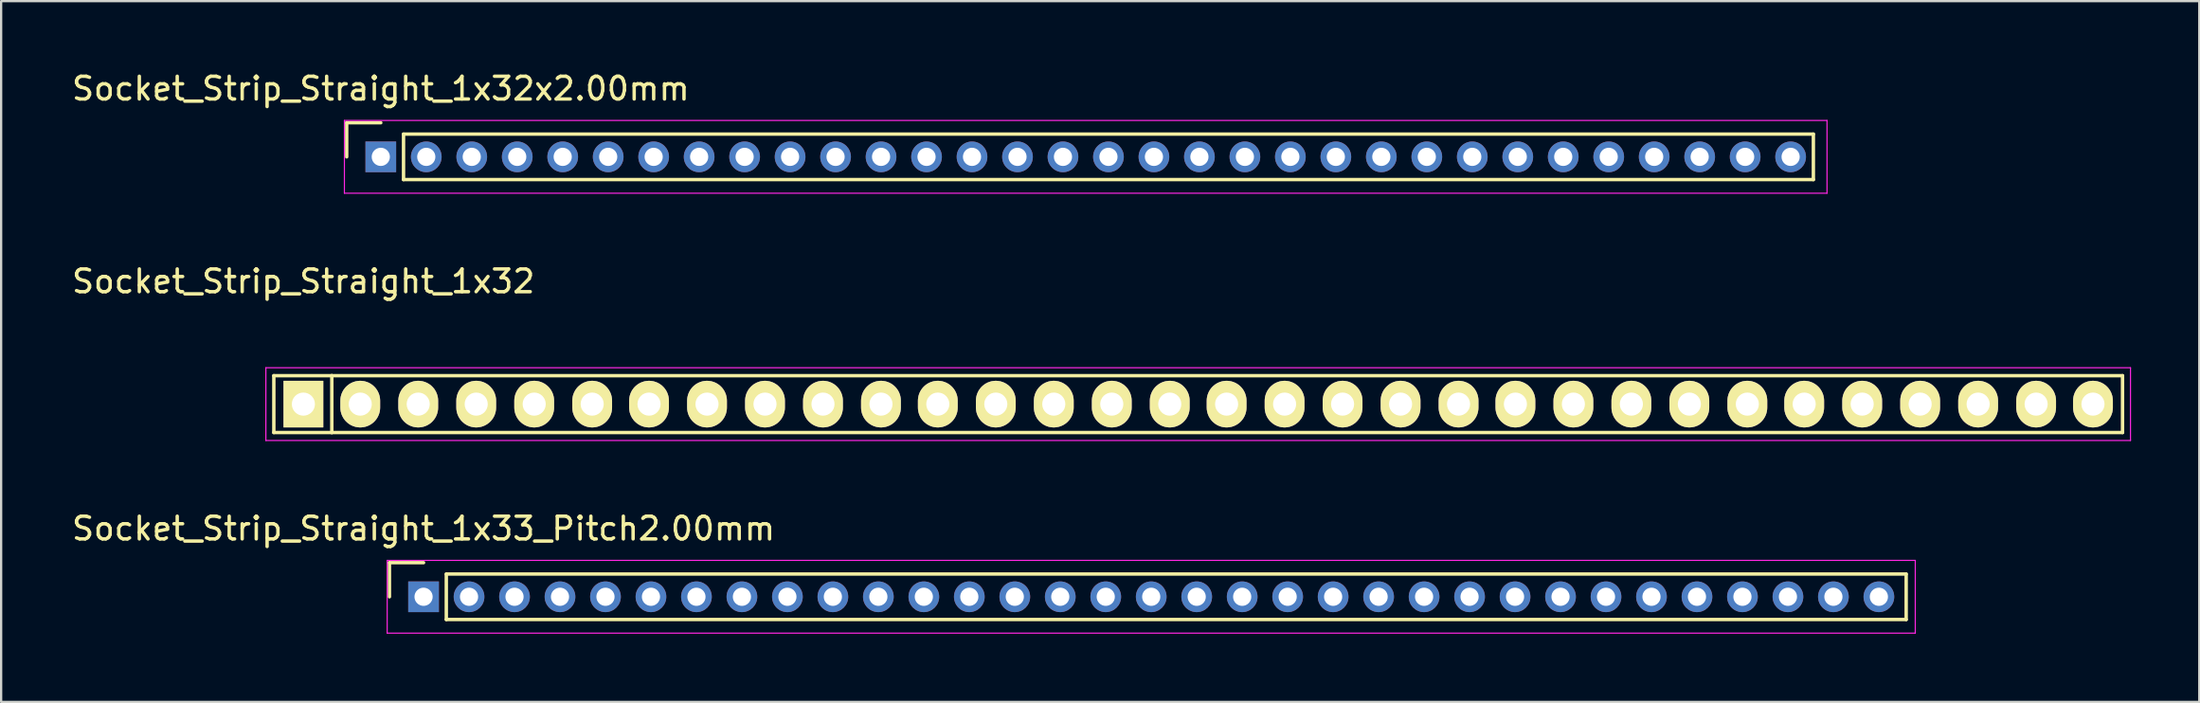
<source format=kicad_pcb>
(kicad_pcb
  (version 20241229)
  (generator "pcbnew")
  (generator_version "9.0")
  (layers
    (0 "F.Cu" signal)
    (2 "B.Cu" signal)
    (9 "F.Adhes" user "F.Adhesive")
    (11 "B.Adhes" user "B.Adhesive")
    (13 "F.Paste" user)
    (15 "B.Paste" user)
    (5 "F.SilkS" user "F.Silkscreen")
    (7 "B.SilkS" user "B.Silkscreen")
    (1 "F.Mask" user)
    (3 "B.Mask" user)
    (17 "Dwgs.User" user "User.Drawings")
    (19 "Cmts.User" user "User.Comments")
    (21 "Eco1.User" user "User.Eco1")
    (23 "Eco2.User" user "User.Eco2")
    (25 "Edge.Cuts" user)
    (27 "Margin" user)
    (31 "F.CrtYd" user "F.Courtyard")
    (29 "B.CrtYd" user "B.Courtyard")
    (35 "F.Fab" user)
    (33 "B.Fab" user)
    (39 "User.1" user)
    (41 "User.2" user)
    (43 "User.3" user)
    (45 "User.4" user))
  (footprint "Socket_Strip_Straight_1x32x2.00mm"
    (layer "F.Cu")
    (at 13.696 3.848)
    (property "Reference" "Socket_Strip_Straight_1x32x2.00mm" (at 0 -3 0) (layer "F.SilkS") (effects (font (size 1 1) (thickness 0.15))))
    (attr through_hole)
    (fp_line (start -1.5 -1.5) (end -1.5 0) (stroke (width 0.15) (type solid)) (layer "F.SilkS"))
    (fp_line (start 0 -1.5) (end -1.5 -1.5) (stroke (width 0.15) (type solid)) (layer "F.SilkS"))
    (fp_line (start 1 -1) (end 1 1) (stroke (width 0.15) (type solid)) (layer "F.SilkS"))
    (fp_line (start 1 1) (end 63 1) (stroke (width 0.15) (type solid)) (layer "F.SilkS"))
    (fp_line (start 63 -1) (end 1 -1) (stroke (width 0.15) (type solid)) (layer "F.SilkS"))
    (fp_line (start 63 1) (end 63 -1) (stroke (width 0.15) (type solid)) (layer "F.SilkS"))
    (fp_line (start -1.6 -1.6) (end -1.6 1.6) (stroke (width 0.05) (type solid)) (layer "F.CrtYd"))
    (fp_line (start -1.6 1.6) (end 63.6 1.6) (stroke (width 0.05) (type solid)) (layer "F.CrtYd"))
    (fp_line (start 63.6 -1.6) (end -1.6 -1.6) (stroke (width 0.05) (type solid)) (layer "F.CrtYd"))
    (fp_line (start 63.6 1.6) (end 63.6 -1.6) (stroke (width 0.05) (type solid)) (layer "F.CrtYd"))
    (pad "1" thru_hole rect (at 0 0) (size 1.35 1.35) (drill 0.8) (layers "*.Cu" "*.Mask"))
    (pad "2" thru_hole circle (at 2 0) (size 1.35 1.35) (drill 0.8) (layers "*.Cu" "*.Mask"))
    (pad "3" thru_hole circle (at 4 0) (size 1.35 1.35) (drill 0.8) (layers "*.Cu" "*.Mask"))
    (pad "4" thru_hole circle (at 6 0) (size 1.35 1.35) (drill 0.8) (layers "*.Cu" "*.Mask"))
    (pad "5" thru_hole circle (at 8 0) (size 1.35 1.35) (drill 0.8) (layers "*.Cu" "*.Mask"))
    (pad "6" thru_hole circle (at 10 0) (size 1.35 1.35) (drill 0.8) (layers "*.Cu" "*.Mask"))
    (pad "7" thru_hole circle (at 12 0) (size 1.35 1.35) (drill 0.8) (layers "*.Cu" "*.Mask"))
    (pad "8" thru_hole circle (at 14 0) (size 1.35 1.35) (drill 0.8) (layers "*.Cu" "*.Mask"))
    (pad "9" thru_hole circle (at 16 0) (size 1.35 1.35) (drill 0.8) (layers "*.Cu" "*.Mask"))
    (pad "10" thru_hole circle (at 18 0) (size 1.35 1.35) (drill 0.8) (layers "*.Cu" "*.Mask"))
    (pad "11" thru_hole circle (at 20 0) (size 1.35 1.35) (drill 0.8) (layers "*.Cu" "*.Mask"))
    (pad "12" thru_hole circle (at 22 0) (size 1.35 1.35) (drill 0.8) (layers "*.Cu" "*.Mask"))
    (pad "13" thru_hole circle (at 24 0) (size 1.35 1.35) (drill 0.8) (layers "*.Cu" "*.Mask"))
    (pad "14" thru_hole circle (at 26 0) (size 1.35 1.35) (drill 0.8) (layers "*.Cu" "*.Mask"))
    (pad "15" thru_hole circle (at 28 0) (size 1.35 1.35) (drill 0.8) (layers "*.Cu" "*.Mask"))
    (pad "16" thru_hole circle (at 30 0) (size 1.35 1.35) (drill 0.8) (layers "*.Cu" "*.Mask"))
    (pad "17" thru_hole circle (at 32 0) (size 1.35 1.35) (drill 0.8) (layers "*.Cu" "*.Mask"))
    (pad "18" thru_hole circle (at 34 0) (size 1.35 1.35) (drill 0.8) (layers "*.Cu" "*.Mask"))
    (pad "19" thru_hole circle (at 36 0) (size 1.35 1.35) (drill 0.8) (layers "*.Cu" "*.Mask"))
    (pad "20" thru_hole circle (at 38 0) (size 1.35 1.35) (drill 0.8) (layers "*.Cu" "*.Mask"))
    (pad "21" thru_hole circle (at 40 0) (size 1.35 1.35) (drill 0.8) (layers "*.Cu" "*.Mask"))
    (pad "22" thru_hole circle (at 42 0) (size 1.35 1.35) (drill 0.8) (layers "*.Cu" "*.Mask"))
    (pad "23" thru_hole circle (at 44 0) (size 1.35 1.35) (drill 0.8) (layers "*.Cu" "*.Mask"))
    (pad "24" thru_hole circle (at 46 0) (size 1.35 1.35) (drill 0.8) (layers "*.Cu" "*.Mask"))
    (pad "25" thru_hole circle (at 48 0) (size 1.35 1.35) (drill 0.8) (layers "*.Cu" "*.Mask"))
    (pad "26" thru_hole circle (at 50 0) (size 1.35 1.35) (drill 0.8) (layers "*.Cu" "*.Mask"))
    (pad "27" thru_hole circle (at 52 0) (size 1.35 1.35) (drill 0.8) (layers "*.Cu" "*.Mask"))
    (pad "28" thru_hole circle (at 54 0) (size 1.35 1.35) (drill 0.8) (layers "*.Cu" "*.Mask"))
    (pad "29" thru_hole circle (at 56 0) (size 1.35 1.35) (drill 0.8) (layers "*.Cu" "*.Mask"))
    (pad "30" thru_hole circle (at 58 0) (size 1.35 1.35) (drill 0.8) (layers "*.Cu" "*.Mask"))
    (pad "31" thru_hole circle (at 60 0) (size 1.35 1.35) (drill 0.8) (layers "*.Cu" "*.Mask"))
    (pad "32" thru_hole circle (at 62 0) (size 1.35 1.35) (drill 0.8) (layers "*.Cu" "*.Mask")))
  (footprint "Socket_Strip_Straight_1x32"
    (layer "F.Cu")
    (at 10.292 14.722)
    (property "Reference" "Socket_Strip_Straight_1x32" (at 0 -5.4 0) (layer "F.SilkS") (effects (font (size 1 1) (thickness 0.15))))
    (attr through_hole)
    (fp_line (start -1.3 -1.25) (end 1.25 -1.25) (stroke (width 0.15) (type solid)) (layer "F.SilkS"))
    (fp_line (start -1.3 1.25) (end -1.3 -1.25) (stroke (width 0.15) (type solid)) (layer "F.SilkS"))
    (fp_line (start -1.3 1.25) (end 1.25 1.25) (stroke (width 0.15) (type solid)) (layer "F.SilkS"))
    (fp_line (start 1.25 -1.25) (end 80 -1.25) (stroke (width 0.15) (type solid)) (layer "F.SilkS"))
    (fp_line (start 1.25 1.25) (end 1.25 -1.25) (stroke (width 0.15) (type solid)) (layer "F.SilkS"))
    (fp_line (start 80 -1.25) (end 80 1.25) (stroke (width 0.15) (type solid)) (layer "F.SilkS"))
    (fp_line (start 80 1.25) (end 1.25 1.25) (stroke (width 0.15) (type solid)) (layer "F.SilkS"))
    (fp_line (start -1.65 -1.6) (end -1.65 1.6) (stroke (width 0.05) (type solid)) (layer "F.CrtYd"))
    (fp_line (start -1.65 -1.6) (end 80.35 -1.6) (stroke (width 0.05) (type solid)) (layer "F.CrtYd"))
    (fp_line (start -1.65 1.6) (end 80.35 1.6) (stroke (width 0.05) (type solid)) (layer "F.CrtYd"))
    (fp_line (start 80.35 -1.6) (end 80.35 1.6) (stroke (width 0.05) (type solid)) (layer "F.CrtYd"))
    (pad "1" thru_hole rect (at 0 0) (size 1.75 2.05) (drill 1.016) (layers "*.Cu" "*.Mask" "F.SilkS"))
    (pad "2" thru_hole oval (at 2.5 0) (size 1.75 2.05) (drill 1.016) (layers "*.Cu" "*.Mask" "F.SilkS"))
    (pad "3" thru_hole oval (at 5.05 0) (size 1.75 2.05) (drill 1.016) (layers "*.Cu" "*.Mask" "F.SilkS"))
    (pad "4" thru_hole oval (at 7.6 0) (size 1.75 2.05) (drill 1.016) (layers "*.Cu" "*.Mask" "F.SilkS"))
    (pad "5" thru_hole oval (at 10.15 0) (size 1.75 2.05) (drill 1.016) (layers "*.Cu" "*.Mask" "F.SilkS"))
    (pad "6" thru_hole oval (at 12.7 0) (size 1.75 2.05) (drill 1.016) (layers "*.Cu" "*.Mask" "F.SilkS"))
    (pad "7" thru_hole oval (at 15.2 0) (size 1.75 2.05) (drill 1.016) (layers "*.Cu" "*.Mask" "F.SilkS"))
    (pad "8" thru_hole oval (at 17.75 0) (size 1.75 2.05) (drill 1.016) (layers "*.Cu" "*.Mask" "F.SilkS"))
    (pad "9" thru_hole oval (at 20.3 0) (size 1.75 2.05) (drill 1.016) (layers "*.Cu" "*.Mask" "F.SilkS"))
    (pad "10" thru_hole oval (at 22.85 0) (size 1.75 2.05) (drill 1.016) (layers "*.Cu" "*.Mask" "F.SilkS"))
    (pad "11" thru_hole oval (at 25.4 0) (size 1.75 2.05) (drill 1.016) (layers "*.Cu" "*.Mask" "F.SilkS"))
    (pad "12" thru_hole oval (at 27.9 0) (size 1.75 2.05) (drill 1.016) (layers "*.Cu" "*.Mask" "F.SilkS"))
    (pad "13" thru_hole oval (at 30.45 0) (size 1.75 2.05) (drill 1.016) (layers "*.Cu" "*.Mask" "F.SilkS"))
    (pad "14" thru_hole oval (at 33 0) (size 1.75 2.05) (drill 1.016) (layers "*.Cu" "*.Mask" "F.SilkS"))
    (pad "15" thru_hole oval (at 35.55 0) (size 1.75 2.05) (drill 1.016) (layers "*.Cu" "*.Mask" "F.SilkS"))
    (pad "16" thru_hole oval (at 38.1 0) (size 1.75 2.05) (drill 1.016) (layers "*.Cu" "*.Mask" "F.SilkS"))
    (pad "17" thru_hole oval (at 40.6 0) (size 1.75 2.05) (drill 1.016) (layers "*.Cu" "*.Mask" "F.SilkS"))
    (pad "18" thru_hole oval (at 43.15 0) (size 1.75 2.05) (drill 1.016) (layers "*.Cu" "*.Mask" "F.SilkS"))
    (pad "19" thru_hole oval (at 45.7 0) (size 1.75 2.05) (drill 1.016) (layers "*.Cu" "*.Mask" "F.SilkS"))
    (pad "20" thru_hole oval (at 48.25 0) (size 1.75 2.05) (drill 1.016) (layers "*.Cu" "*.Mask" "F.SilkS"))
    (pad "21" thru_hole oval (at 50.8 0) (size 1.75 2.05) (drill 1.016) (layers "*.Cu" "*.Mask" "F.SilkS"))
    (pad "22" thru_hole oval (at 53.3 0) (size 1.75 2.05) (drill 1.016) (layers "*.Cu" "*.Mask" "F.SilkS"))
    (pad "23" thru_hole oval (at 55.85 0) (size 1.75 2.05) (drill 1.016) (layers "*.Cu" "*.Mask" "F.SilkS"))
    (pad "24" thru_hole oval (at 58.4 0) (size 1.75 2.05) (drill 1.016) (layers "*.Cu" "*.Mask" "F.SilkS"))
    (pad "25" thru_hole oval (at 60.95 0) (size 1.75 2.05) (drill 1.016) (layers "*.Cu" "*.Mask" "F.SilkS"))
    (pad "26" thru_hole oval (at 63.5 0) (size 1.75 2.05) (drill 1.016) (layers "*.Cu" "*.Mask" "F.SilkS"))
    (pad "27" thru_hole oval (at 66 0) (size 1.75 2.05) (drill 1.016) (layers "*.Cu" "*.Mask" "F.SilkS"))
    (pad "28" thru_hole oval (at 68.55 0) (size 1.75 2.05) (drill 1.016) (layers "*.Cu" "*.Mask" "F.SilkS"))
    (pad "29" thru_hole oval (at 71.1 0) (size 1.75 2.05) (drill 1.016) (layers "*.Cu" "*.Mask" "F.SilkS"))
    (pad "30" thru_hole oval (at 73.65 0) (size 1.75 2.05) (drill 1.016) (layers "*.Cu" "*.Mask" "F.SilkS"))
    (pad "31" thru_hole oval (at 76.2 0) (size 1.75 2.05) (drill 1.016) (layers "*.Cu" "*.Mask" "F.SilkS"))
    (pad "32" thru_hole oval (at 78.7 0) (size 1.75 2.05) (drill 1.016) (layers "*.Cu" "*.Mask" "F.SilkS")))
  (footprint "Socket_Strip_Straight_1x33_Pitch2.00mm"
    (layer "F.Cu")
    (at 15.577 23.195)
    (property "Reference" "Socket_Strip_Straight_1x33_Pitch2.00mm" (at 0 -3 0) (layer "F.SilkS") (effects (font (size 1 1) (thickness 0.15))))
    (attr through_hole)
    (fp_line (start -1.5 -1.5) (end -1.5 0) (stroke (width 0.15) (type solid)) (layer "F.SilkS"))
    (fp_line (start 0 -1.5) (end -1.5 -1.5) (stroke (width 0.15) (type solid)) (layer "F.SilkS"))
    (fp_line (start 1 -1) (end 1 1) (stroke (width 0.15) (type solid)) (layer "F.SilkS"))
    (fp_line (start 1 1) (end 65.2 1) (stroke (width 0.15) (type solid)) (layer "F.SilkS"))
    (fp_line (start 65.2 -1) (end 1 -1) (stroke (width 0.15) (type solid)) (layer "F.SilkS"))
    (fp_line (start 65.2 1) (end 65.2 -1) (stroke (width 0.15) (type solid)) (layer "F.SilkS"))
    (fp_line (start -1.6 -1.6) (end -1.6 1.6) (stroke (width 0.05) (type solid)) (layer "F.CrtYd"))
    (fp_line (start -1.6 1.6) (end 65.6 1.6) (stroke (width 0.05) (type solid)) (layer "F.CrtYd"))
    (fp_line (start 65.6 -1.6) (end -1.6 -1.6) (stroke (width 0.05) (type solid)) (layer "F.CrtYd"))
    (fp_line (start 65.6 1.6) (end 65.6 -1.6) (stroke (width 0.05) (type solid)) (layer "F.CrtYd"))
    (pad "1" thru_hole rect (at 0 0) (size 1.35 1.35) (drill 0.8) (layers "*.Cu" "*.Mask"))
    (pad "2" thru_hole circle (at 2 0) (size 1.35 1.35) (drill 0.8) (layers "*.Cu" "*.Mask"))
    (pad "3" thru_hole circle (at 4 0) (size 1.35 1.35) (drill 0.8) (layers "*.Cu" "*.Mask"))
    (pad "4" thru_hole circle (at 6 0) (size 1.35 1.35) (drill 0.8) (layers "*.Cu" "*.Mask"))
    (pad "5" thru_hole circle (at 8 0) (size 1.35 1.35) (drill 0.8) (layers "*.Cu" "*.Mask"))
    (pad "6" thru_hole circle (at 10 0) (size 1.35 1.35) (drill 0.8) (layers "*.Cu" "*.Mask"))
    (pad "7" thru_hole circle (at 12 0) (size 1.35 1.35) (drill 0.8) (layers "*.Cu" "*.Mask"))
    (pad "8" thru_hole circle (at 14 0) (size 1.35 1.35) (drill 0.8) (layers "*.Cu" "*.Mask"))
    (pad "9" thru_hole circle (at 16 0) (size 1.35 1.35) (drill 0.8) (layers "*.Cu" "*.Mask"))
    (pad "10" thru_hole circle (at 18 0) (size 1.35 1.35) (drill 0.8) (layers "*.Cu" "*.Mask"))
    (pad "11" thru_hole circle (at 20 0) (size 1.35 1.35) (drill 0.8) (layers "*.Cu" "*.Mask"))
    (pad "12" thru_hole circle (at 22 0) (size 1.35 1.35) (drill 0.8) (layers "*.Cu" "*.Mask"))
    (pad "13" thru_hole circle (at 24 0) (size 1.35 1.35) (drill 0.8) (layers "*.Cu" "*.Mask"))
    (pad "14" thru_hole circle (at 26 0) (size 1.35 1.35) (drill 0.8) (layers "*.Cu" "*.Mask"))
    (pad "15" thru_hole circle (at 28 0) (size 1.35 1.35) (drill 0.8) (layers "*.Cu" "*.Mask"))
    (pad "16" thru_hole circle (at 30 0) (size 1.35 1.35) (drill 0.8) (layers "*.Cu" "*.Mask"))
    (pad "17" thru_hole circle (at 32 0) (size 1.35 1.35) (drill 0.8) (layers "*.Cu" "*.Mask"))
    (pad "18" thru_hole circle (at 34 0) (size 1.35 1.35) (drill 0.8) (layers "*.Cu" "*.Mask"))
    (pad "19" thru_hole circle (at 36 0) (size 1.35 1.35) (drill 0.8) (layers "*.Cu" "*.Mask"))
    (pad "20" thru_hole circle (at 38 0) (size 1.35 1.35) (drill 0.8) (layers "*.Cu" "*.Mask"))
    (pad "21" thru_hole circle (at 40 0) (size 1.35 1.35) (drill 0.8) (layers "*.Cu" "*.Mask"))
    (pad "22" thru_hole circle (at 42 0) (size 1.35 1.35) (drill 0.8) (layers "*.Cu" "*.Mask"))
    (pad "23" thru_hole circle (at 44 0) (size 1.35 1.35) (drill 0.8) (layers "*.Cu" "*.Mask"))
    (pad "24" thru_hole circle (at 46 0) (size 1.35 1.35) (drill 0.8) (layers "*.Cu" "*.Mask"))
    (pad "25" thru_hole circle (at 48 0) (size 1.35 1.35) (drill 0.8) (layers "*.Cu" "*.Mask"))
    (pad "26" thru_hole circle (at 50 0) (size 1.35 1.35) (drill 0.8) (layers "*.Cu" "*.Mask"))
    (pad "27" thru_hole circle (at 52 0) (size 1.35 1.35) (drill 0.8) (layers "*.Cu" "*.Mask"))
    (pad "28" thru_hole circle (at 54 0) (size 1.35 1.35) (drill 0.8) (layers "*.Cu" "*.Mask"))
    (pad "29" thru_hole circle (at 56 0) (size 1.35 1.35) (drill 0.8) (layers "*.Cu" "*.Mask"))
    (pad "30" thru_hole circle (at 58 0) (size 1.35 1.35) (drill 0.8) (layers "*.Cu" "*.Mask"))
    (pad "31" thru_hole circle (at 60 0) (size 1.35 1.35) (drill 0.8) (layers "*.Cu" "*.Mask"))
    (pad "32" thru_hole circle (at 62 0) (size 1.35 1.35) (drill 0.8) (layers "*.Cu" "*.Mask"))
    (pad "33" thru_hole circle (at 64 0) (size 1.35 1.35) (drill 0.8) (layers "*.Cu" "*.Mask")))
  (gr_rect
    (start -3 -3)
    (end 93.667 27.82)
    (stroke (width 0.1) (type default))
    (fill no)
    (layer "Edge.Cuts")))
</source>
